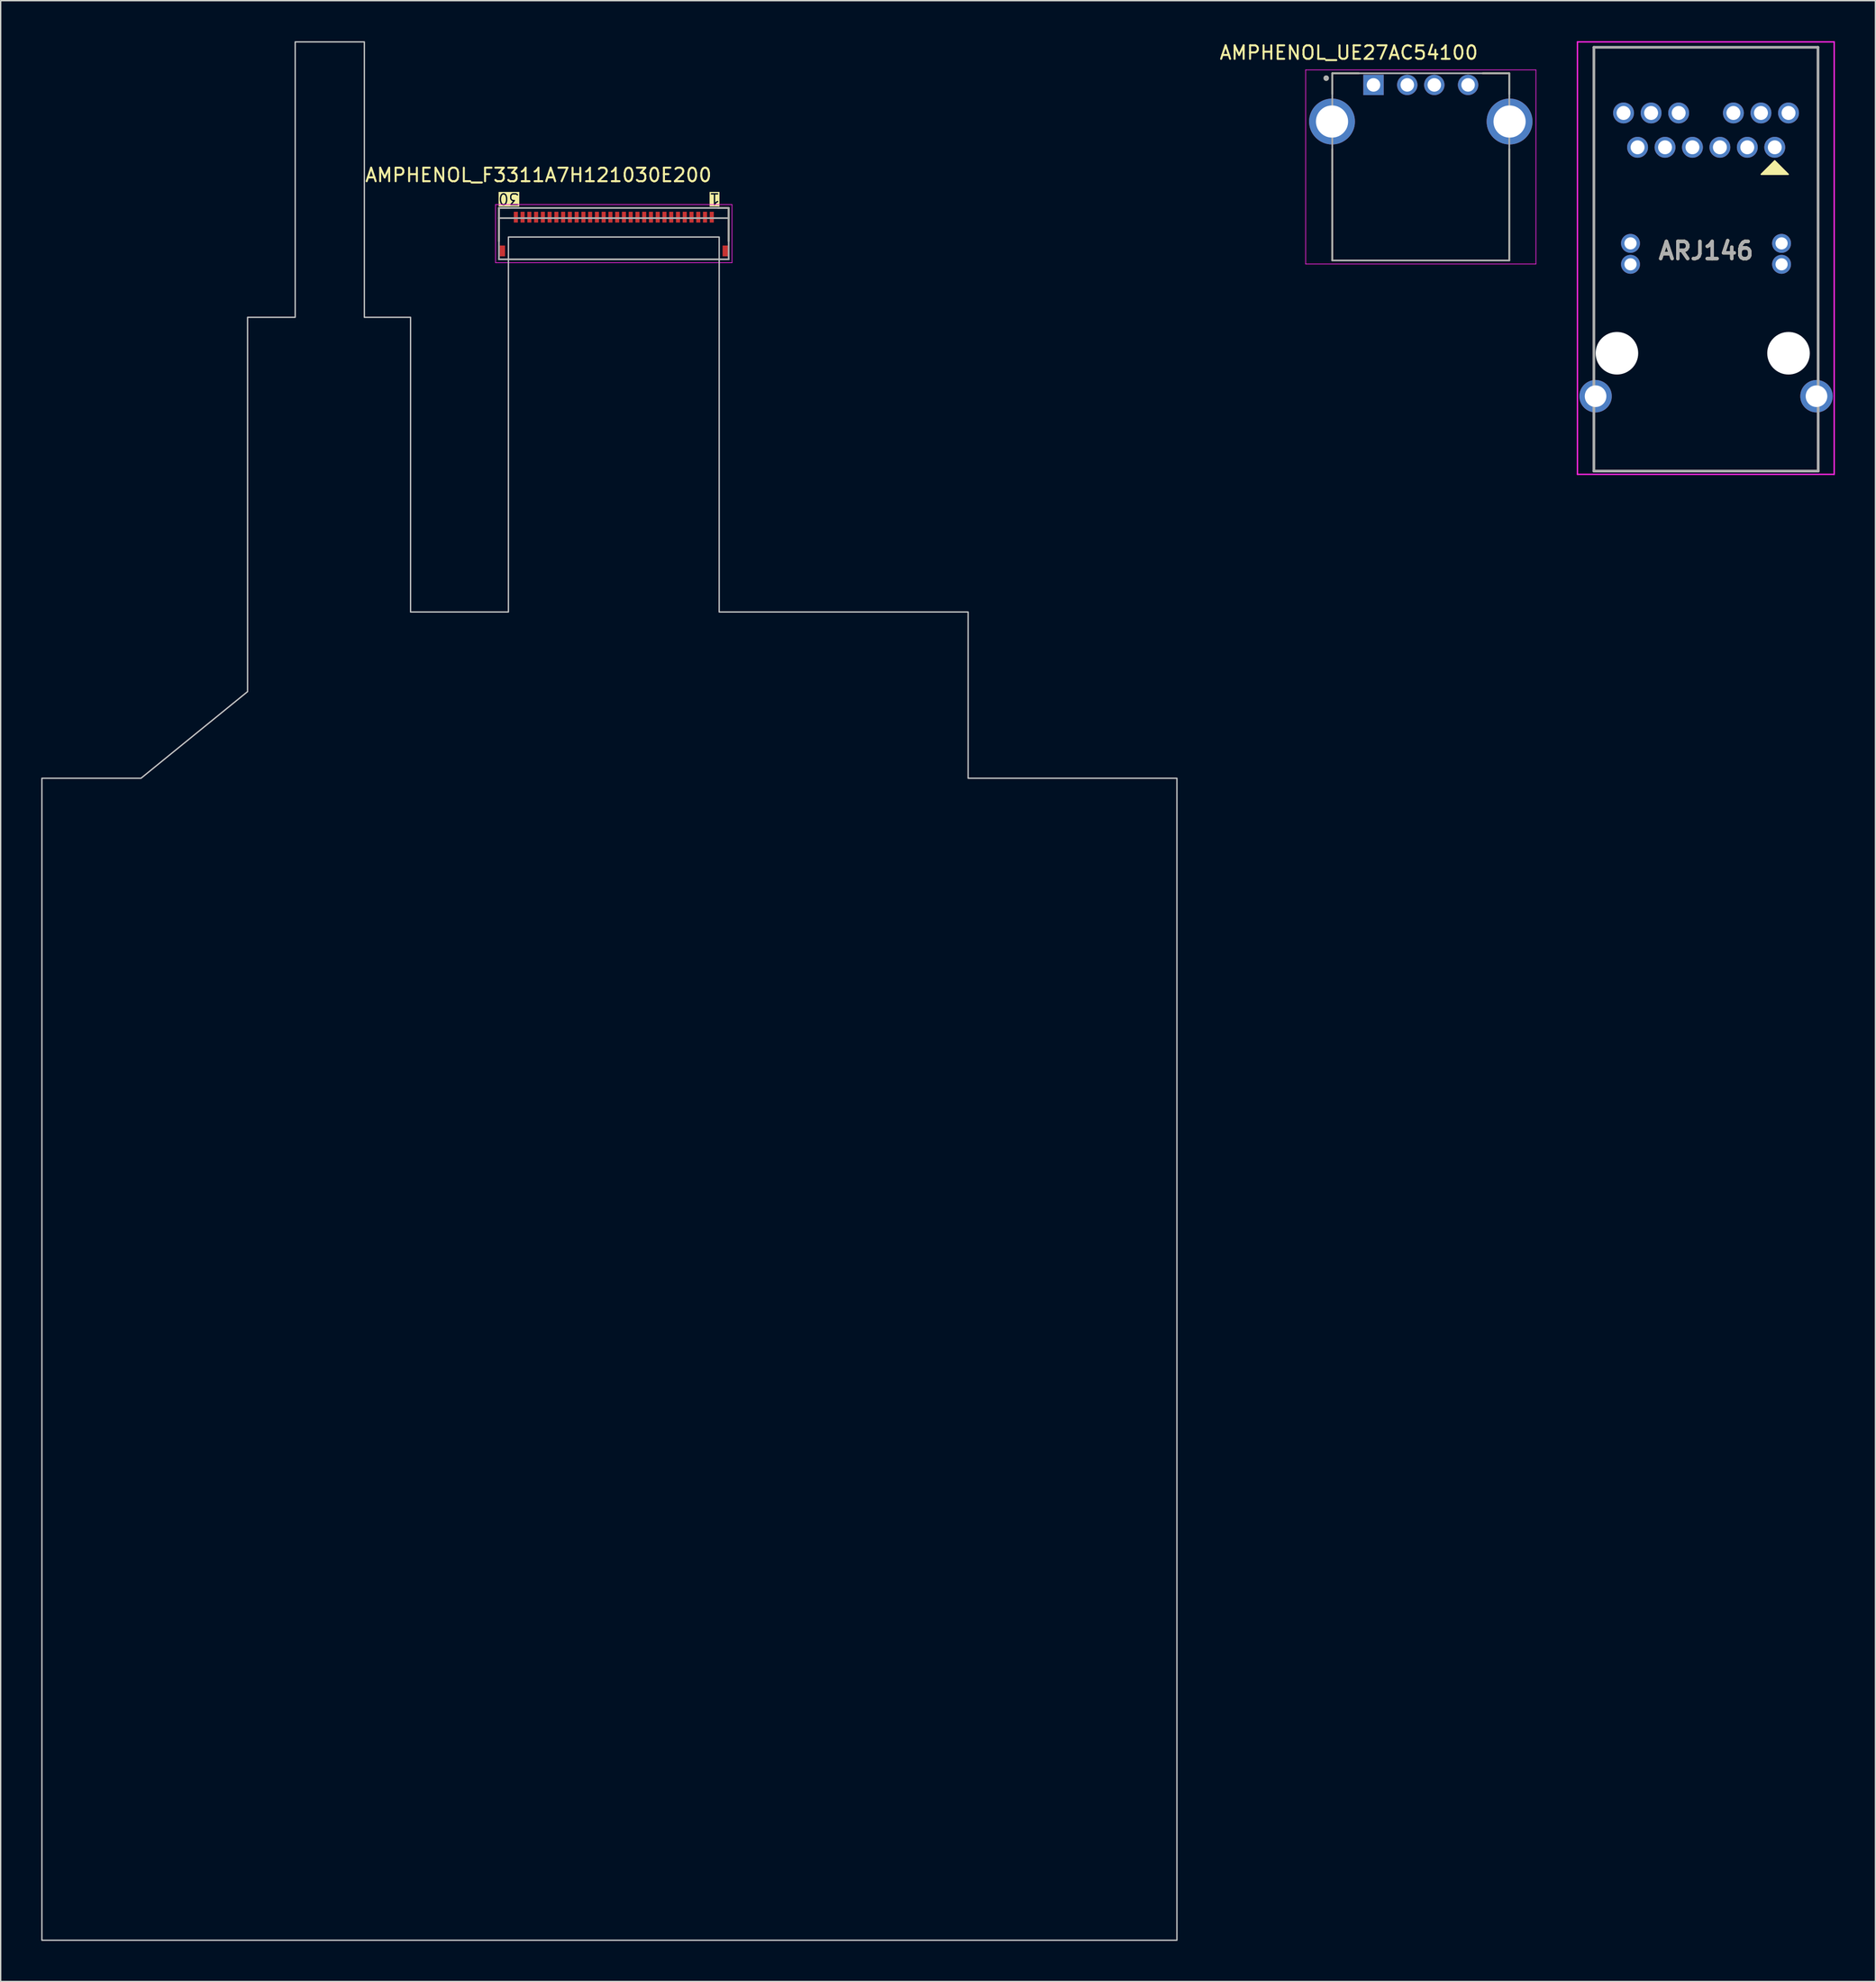
<source format=kicad_pcb>
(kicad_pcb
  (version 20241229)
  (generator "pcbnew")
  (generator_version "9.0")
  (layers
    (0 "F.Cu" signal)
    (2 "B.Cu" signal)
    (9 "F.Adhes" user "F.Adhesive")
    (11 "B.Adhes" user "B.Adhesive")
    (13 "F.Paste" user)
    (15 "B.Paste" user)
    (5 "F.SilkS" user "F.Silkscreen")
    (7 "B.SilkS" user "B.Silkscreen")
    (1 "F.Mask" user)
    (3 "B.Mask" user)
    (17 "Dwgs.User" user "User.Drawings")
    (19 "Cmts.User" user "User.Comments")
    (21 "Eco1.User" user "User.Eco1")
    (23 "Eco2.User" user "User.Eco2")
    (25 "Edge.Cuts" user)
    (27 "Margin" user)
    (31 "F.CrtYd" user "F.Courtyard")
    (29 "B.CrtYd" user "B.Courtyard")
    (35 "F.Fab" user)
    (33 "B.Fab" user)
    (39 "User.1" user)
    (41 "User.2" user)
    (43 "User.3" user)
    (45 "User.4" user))
  (footprint "AMPHENOL_F3311A7H121030E200"
    (layer "F.Cu")
    (at 42.375 14.24)
    (property "Reference" "AMPHENOL_F3311A7H121030E200" (at -5.575 -4.335 0) (layer "F.SilkS") (effects (font (size 1 1) (thickness 0.15))))
    (attr smd)
    (fp_line (start -8.5 -1.9) (end -8.5 0.56) (stroke (width 0.127) (type solid)) (layer "F.SilkS"))
    (fp_line (start -8.5 -1.9) (end -7.72 -1.9) (stroke (width 0.127) (type solid)) (layer "F.SilkS"))
    (fp_line (start -7.73 1.9) (end 7.73 1.9) (stroke (width 0.127) (type solid)) (layer "F.SilkS"))
    (fp_line (start 7.72 -1.9) (end 8.5 -1.9) (stroke (width 0.127) (type solid)) (layer "F.SilkS"))
    (fp_line (start 8.5 0.56) (end 8.5 -1.9) (stroke (width 0.127) (type solid)) (layer "F.SilkS"))
    (fp_poly (pts (xy 26.221 40.301) (xy 26.221 27.998) (xy 7.8 27.998) (xy 7.8 0.25) (xy -7.799 0.25) (xy -7.799 27.998) (xy -15.041 27.998) (xy -15.041 6.19) (xy -18.461 6.19) (xy -18.461 -14.19) (xy -23.579 -14.19) (xy -23.579 6.19) (xy -27.103 6.19) (xy -27.103 33.89) (xy -34.991 40.301) (xy -42.325 40.301) (xy -42.325 126.29) (xy 41.675 126.29) (xy 41.675 40.301)) (stroke (width 0.1) (type solid)) (fill no) (layer "Dwgs.User"))
    (fp_line (start -8.75 -2.15) (end -8.75 2.15) (stroke (width 0.05) (type solid)) (layer "F.CrtYd"))
    (fp_line (start -8.75 2.15) (end 8.75 2.15) (stroke (width 0.05) (type solid)) (layer "F.CrtYd"))
    (fp_line (start 8.75 -2.15) (end -8.75 -2.15) (stroke (width 0.05) (type solid)) (layer "F.CrtYd"))
    (fp_line (start 8.75 2.15) (end 8.75 -2.15) (stroke (width 0.05) (type solid)) (layer "F.CrtYd"))
    (fp_line (start -8.5 -1.9) (end 8.5 -1.9) (stroke (width 0.127) (type solid)) (layer "F.Fab"))
    (fp_line (start -8.5 -1.15) (end -8.5 -1.9) (stroke (width 0.127) (type solid)) (layer "F.Fab"))
    (fp_line (start -8.5 -1.15) (end -8.5 1.9) (stroke (width 0.127) (type solid)) (layer "F.Fab"))
    (fp_line (start -8.5 1.9) (end 8.5 1.9) (stroke (width 0.127) (type solid)) (layer "F.Fab"))
    (fp_line (start 8.5 -1.9) (end 8.5 -1.15) (stroke (width 0.127) (type solid)) (layer "F.Fab"))
    (fp_line (start 8.5 -1.15) (end -8.5 -1.15) (stroke (width 0.127) (type solid)) (layer "F.Fab"))
    (fp_line (start 8.5 1.9) (end 8.5 -1.15) (stroke (width 0.127) (type solid)) (layer "F.Fab"))
    (fp_text user "1" (at 7.9 -3.05 180) (unlocked yes) (layer "F.SilkS" knockout) (effects (font (size 0.8 0.8) (thickness 0.1)) (justify left bottom)))
    (fp_text user "30" (at -6.95 -3.05 180) (unlocked yes) (layer "F.SilkS" knockout) (effects (font (size 0.8 0.8) (thickness 0.1)) (justify left bottom)))
    (pad "1" smd rect (at 7.25 -1.22) (size 0.3 0.8) (layers "F.Cu" "F.Mask" "F.Paste"))
    (pad "2" smd rect (at 6.75 -1.22) (size 0.3 0.8) (layers "F.Cu" "F.Mask" "F.Paste"))
    (pad "3" smd rect (at 6.25 -1.22) (size 0.3 0.8) (layers "F.Cu" "F.Mask" "F.Paste"))
    (pad "4" smd rect (at 5.75 -1.22) (size 0.3 0.8) (layers "F.Cu" "F.Mask" "F.Paste"))
    (pad "5" smd rect (at 5.25 -1.22) (size 0.3 0.8) (layers "F.Cu" "F.Mask" "F.Paste"))
    (pad "6" smd rect (at 4.75 -1.22) (size 0.3 0.8) (layers "F.Cu" "F.Mask" "F.Paste"))
    (pad "7" smd rect (at 4.25 -1.22) (size 0.3 0.8) (layers "F.Cu" "F.Mask" "F.Paste"))
    (pad "8" smd rect (at 3.75 -1.22) (size 0.3 0.8) (layers "F.Cu" "F.Mask" "F.Paste"))
    (pad "9" smd rect (at 3.25 -1.22) (size 0.3 0.8) (layers "F.Cu" "F.Mask" "F.Paste"))
    (pad "10" smd rect (at 2.75 -1.22) (size 0.3 0.8) (layers "F.Cu" "F.Mask" "F.Paste"))
    (pad "11" smd rect (at 2.25 -1.22) (size 0.3 0.8) (layers "F.Cu" "F.Mask" "F.Paste"))
    (pad "12" smd rect (at 1.75 -1.22) (size 0.3 0.8) (layers "F.Cu" "F.Mask" "F.Paste"))
    (pad "13" smd rect (at 1.25 -1.22) (size 0.3 0.8) (layers "F.Cu" "F.Mask" "F.Paste"))
    (pad "14" smd rect (at 0.75 -1.22) (size 0.3 0.8) (layers "F.Cu" "F.Mask" "F.Paste"))
    (pad "15" smd rect (at 0.25 -1.22) (size 0.3 0.8) (layers "F.Cu" "F.Mask" "F.Paste"))
    (pad "16" smd rect (at -0.25 -1.22) (size 0.3 0.8) (layers "F.Cu" "F.Mask" "F.Paste"))
    (pad "17" smd rect (at -0.75 -1.22) (size 0.3 0.8) (layers "F.Cu" "F.Mask" "F.Paste"))
    (pad "18" smd rect (at -1.25 -1.22) (size 0.3 0.8) (layers "F.Cu" "F.Mask" "F.Paste"))
    (pad "19" smd rect (at -1.75 -1.22) (size 0.3 0.8) (layers "F.Cu" "F.Mask" "F.Paste"))
    (pad "20" smd rect (at -2.25 -1.22) (size 0.3 0.8) (layers "F.Cu" "F.Mask" "F.Paste"))
    (pad "21" smd rect (at -2.75 -1.22) (size 0.3 0.8) (layers "F.Cu" "F.Mask" "F.Paste"))
    (pad "22" smd rect (at -3.25 -1.22) (size 0.3 0.8) (layers "F.Cu" "F.Mask" "F.Paste"))
    (pad "23" smd rect (at -3.75 -1.22) (size 0.3 0.8) (layers "F.Cu" "F.Mask" "F.Paste"))
    (pad "24" smd rect (at -4.25 -1.22) (size 0.3 0.8) (layers "F.Cu" "F.Mask" "F.Paste"))
    (pad "25" smd rect (at -4.75 -1.22) (size 0.3 0.8) (layers "F.Cu" "F.Mask" "F.Paste"))
    (pad "26" smd rect (at -5.25 -1.22) (size 0.3 0.8) (layers "F.Cu" "F.Mask" "F.Paste"))
    (pad "27" smd rect (at -5.75 -1.22) (size 0.3 0.8) (layers "F.Cu" "F.Mask" "F.Paste"))
    (pad "28" smd rect (at -6.25 -1.22) (size 0.3 0.8) (layers "F.Cu" "F.Mask" "F.Paste"))
    (pad "29" smd rect (at -6.75 -1.22) (size 0.3 0.8) (layers "F.Cu" "F.Mask" "F.Paste"))
    (pad "30" smd rect (at -7.25 -1.22) (size 0.3 0.8) (layers "F.Cu" "F.Mask" "F.Paste"))
    (pad "SH1" smd rect (at -8.25 1.28) (size 0.4 0.8) (layers "F.Cu" "F.Mask" "F.Paste"))
    (pad "SH2" smd rect (at 8.25 1.28) (size 0.4 0.8) (layers "F.Cu" "F.Mask" "F.Paste")))
  (footprint "AMPHENOL_UE27AC54100"
    (layer "F.Cu")
    (at 102.098 3.233)
    (property "Reference" "AMPHENOL_UE27AC54100" (at -5.325 -2.385 0) (layer "F.SilkS") (effects (font (size 1 1) (thickness 0.15))))
    (attr through_hole)
    (fp_line (start -6.55 -0.86) (end -4.58 -0.86) (stroke (width 0.127) (type solid)) (layer "F.SilkS"))
    (fp_line (start -6.55 0.68) (end -6.55 -0.86) (stroke (width 0.127) (type solid)) (layer "F.SilkS"))
    (fp_line (start -6.55 4.74) (end -6.55 12.99) (stroke (width 0.127) (type solid)) (layer "F.SilkS"))
    (fp_line (start -6.55 12.99) (end 6.55 12.99) (stroke (width 0.127) (type solid)) (layer "F.SilkS"))
    (fp_line (start 4.58 -0.86) (end 6.55 -0.86) (stroke (width 0.127) (type solid)) (layer "F.SilkS"))
    (fp_line (start 6.55 -0.86) (end 6.55 0.68) (stroke (width 0.127) (type solid)) (layer "F.SilkS"))
    (fp_line (start 6.55 12.99) (end 6.55 4.74) (stroke (width 0.127) (type solid)) (layer "F.SilkS"))
    (fp_circle (center -7 -0.5) (end -6.9 -0.5) (stroke (width 0.2) (type solid)) (fill no) (layer "F.SilkS"))
    (fp_line (start -8.52 -1.11) (end -8.52 13.25) (stroke (width 0.05) (type solid)) (layer "F.CrtYd"))
    (fp_line (start -8.52 13.25) (end 8.52 13.25) (stroke (width 0.05) (type solid)) (layer "F.CrtYd"))
    (fp_line (start 8.52 -1.11) (end -8.52 -1.11) (stroke (width 0.05) (type solid)) (layer "F.CrtYd"))
    (fp_line (start 8.52 13.25) (end 8.52 -1.11) (stroke (width 0.05) (type solid)) (layer "F.CrtYd"))
    (fp_line (start -6.55 -0.86) (end 6.55 -0.86) (stroke (width 0.127) (type solid)) (layer "F.Fab"))
    (fp_line (start -6.55 6.44) (end -6.55 -0.86) (stroke (width 0.127) (type solid)) (layer "F.Fab"))
    (fp_line (start -6.55 12.99) (end -6.55 6.44) (stroke (width 0.127) (type solid)) (layer "F.Fab"))
    (fp_line (start 6.55 -0.86) (end 6.55 12.99) (stroke (width 0.127) (type solid)) (layer "F.Fab"))
    (fp_line (start 6.55 12.99) (end -6.55 12.99) (stroke (width 0.127) (type solid)) (layer "F.Fab"))
    (fp_circle (center -7 -0.5) (end -6.9 -0.5) (stroke (width 0.2) (type solid)) (fill no) (layer "F.Fab"))
    (pad "1" thru_hole rect (at -3.5 0) (size 1.508 1.508) (drill 1) (layers "*.Cu" "*.Mask"))
    (pad "2" thru_hole circle (at -1 0) (size 1.508 1.508) (drill 1) (layers "*.Cu" "*.Mask"))
    (pad "3" thru_hole circle (at 1 0) (size 1.508 1.508) (drill 1) (layers "*.Cu" "*.Mask"))
    (pad "4" thru_hole circle (at 3.5 0) (size 1.508 1.508) (drill 1) (layers "*.Cu" "*.Mask"))
    (pad "S1" thru_hole circle (at -6.57 2.71) (size 3.396 3.396) (drill 2.38) (layers "*.Cu" "*.Mask"))
    (pad "S2" thru_hole circle (at 6.57 2.71) (size 3.396 3.396) (drill 2.38) (layers "*.Cu" "*.Mask")))
  (footprint "ARJ146"
    (layer "F.Cu")
    (at 128.293 7.85)
    (property "Reference" "ARJ146" (at -5.085 7.66 0) (layer "F.SilkS") (effects (font (size 1.27 1.27) (thickness 0.254))))
    (attr through_hole)
    (fp_line (start -13.385 -7.4) (end 3.2 -7.4) (stroke (width 0.1) (type solid)) (layer "F.SilkS"))
    (fp_line (start -13.385 13.69) (end -13.385 -7.4) (stroke (width 0.1) (type solid)) (layer "F.SilkS"))
    (fp_line (start 3.09 23.96) (end -13.26 23.96) (stroke (width 0.1) (type solid)) (layer "F.SilkS"))
    (fp_line (start 3.2 -7.4) (end 3.215 13.69) (stroke (width 0.1) (type solid)) (layer "F.SilkS"))
    (fp_poly (pts (xy 0 1) (xy -1 2) (xy 1 2)) (stroke (width 0.1) (type solid)) (fill yes) (layer "F.SilkS"))
    (fp_line (start -14.6 -7.8) (end 4.4 -7.8) (stroke (width 0.1) (type solid)) (layer "F.CrtYd"))
    (fp_line (start -14.6 24.2) (end -14.6 -7.8) (stroke (width 0.1) (type solid)) (layer "F.CrtYd"))
    (fp_line (start 4.4 -7.8) (end 4.4 24.2) (stroke (width 0.1) (type solid)) (layer "F.CrtYd"))
    (fp_line (start 4.4 24.2) (end -14.6 24.2) (stroke (width 0.1) (type solid)) (layer "F.CrtYd"))
    (fp_line (start -13.385 -7.4) (end 3.2 -7.4) (stroke (width 0.2) (type solid)) (layer "F.Fab"))
    (fp_line (start -13.385 23.96) (end -13.385 -7.4) (stroke (width 0.2) (type solid)) (layer "F.Fab"))
    (fp_line (start 3.2 -7.4) (end 3.215 23.96) (stroke (width 0.2) (type solid)) (layer "F.Fab"))
    (fp_line (start 3.215 23.96) (end -13.385 23.96) (stroke (width 0.2) (type solid)) (layer "F.Fab"))
    (fp_text user "${REFERENCE}" (at -5.085 7.66 0) (layer "F.Fab") (effects (font (size 1.27 1.27) (thickness 0.254))))
    (pad "" np_thru_hole circle (at -11.68 15.24) (size 3.15 3.15) (drill 3.15) (layers "*.Cu" "*.Mask"))
    (pad "" np_thru_hole circle (at 1.02 15.24) (size 3.15 3.15) (drill 3.15) (layers "*.Cu" "*.Mask"))
    (pad "1" thru_hole circle (at 0 0) (size 1.545 1.545) (drill 1.03) (layers "*.Cu" "*.Mask"))
    (pad "2" thru_hole circle (at -2.03 0) (size 1.545 1.545) (drill 1.03) (layers "*.Cu" "*.Mask"))
    (pad "3" thru_hole circle (at -4.06 0) (size 1.545 1.545) (drill 1.03) (layers "*.Cu" "*.Mask"))
    (pad "4" thru_hole circle (at -6.09 0) (size 1.545 1.545) (drill 1.03) (layers "*.Cu" "*.Mask"))
    (pad "5" thru_hole circle (at -8.12 0) (size 1.545 1.545) (drill 1.03) (layers "*.Cu" "*.Mask"))
    (pad "6" thru_hole circle (at -10.15 0) (size 1.545 1.545) (drill 1.03) (layers "*.Cu" "*.Mask"))
    (pad "7" thru_hole circle (at 1.02 -2.54) (size 1.545 1.545) (drill 1.03) (layers "*.Cu" "*.Mask"))
    (pad "8" thru_hole circle (at -1.02 -2.54) (size 1.545 1.545) (drill 1.03) (layers "*.Cu" "*.Mask"))
    (pad "9" thru_hole circle (at -3.06 -2.54) (size 1.545 1.545) (drill 1.03) (layers "*.Cu" "*.Mask"))
    (pad "10" thru_hole circle (at -7.11 -2.54) (size 1.545 1.545) (drill 1.03) (layers "*.Cu" "*.Mask"))
    (pad "11" thru_hole circle (at -9.15 -2.54) (size 1.545 1.545) (drill 1.03) (layers "*.Cu" "*.Mask"))
    (pad "12" thru_hole circle (at -11.19 -2.54) (size 1.545 1.545) (drill 1.03) (layers "*.Cu" "*.Mask"))
    (pad "13" thru_hole circle (at 0.505 7.11) (size 1.4 1.4) (drill 0.9) (layers "*.Cu" "*.Mask"))
    (pad "14" thru_hole circle (at -10.675 7.11) (size 1.4 1.4) (drill 0.9) (layers "*.Cu" "*.Mask"))
    (pad "15" thru_hole circle (at 0.505 8.66) (size 1.4 1.4) (drill 0.9) (layers "*.Cu" "*.Mask"))
    (pad "16" thru_hole circle (at -10.675 8.66) (size 1.4 1.4) (drill 0.9) (layers "*.Cu" "*.Mask"))
    (pad "S1" thru_hole circle (at -13.26 18.42) (size 2.4 2.4) (drill 1.6) (layers "*.Cu" "*.Mask"))
    (pad "S2" thru_hole circle (at 3.09 18.42) (size 2.4 2.4) (drill 1.6) (layers "*.Cu" "*.Mask")))
  (gr_rect
    (start -3 -3)
    (end 135.743 143.581)
    (stroke (width 0.1) (type default))
    (fill no)
    (layer "Edge.Cuts")))
</source>
